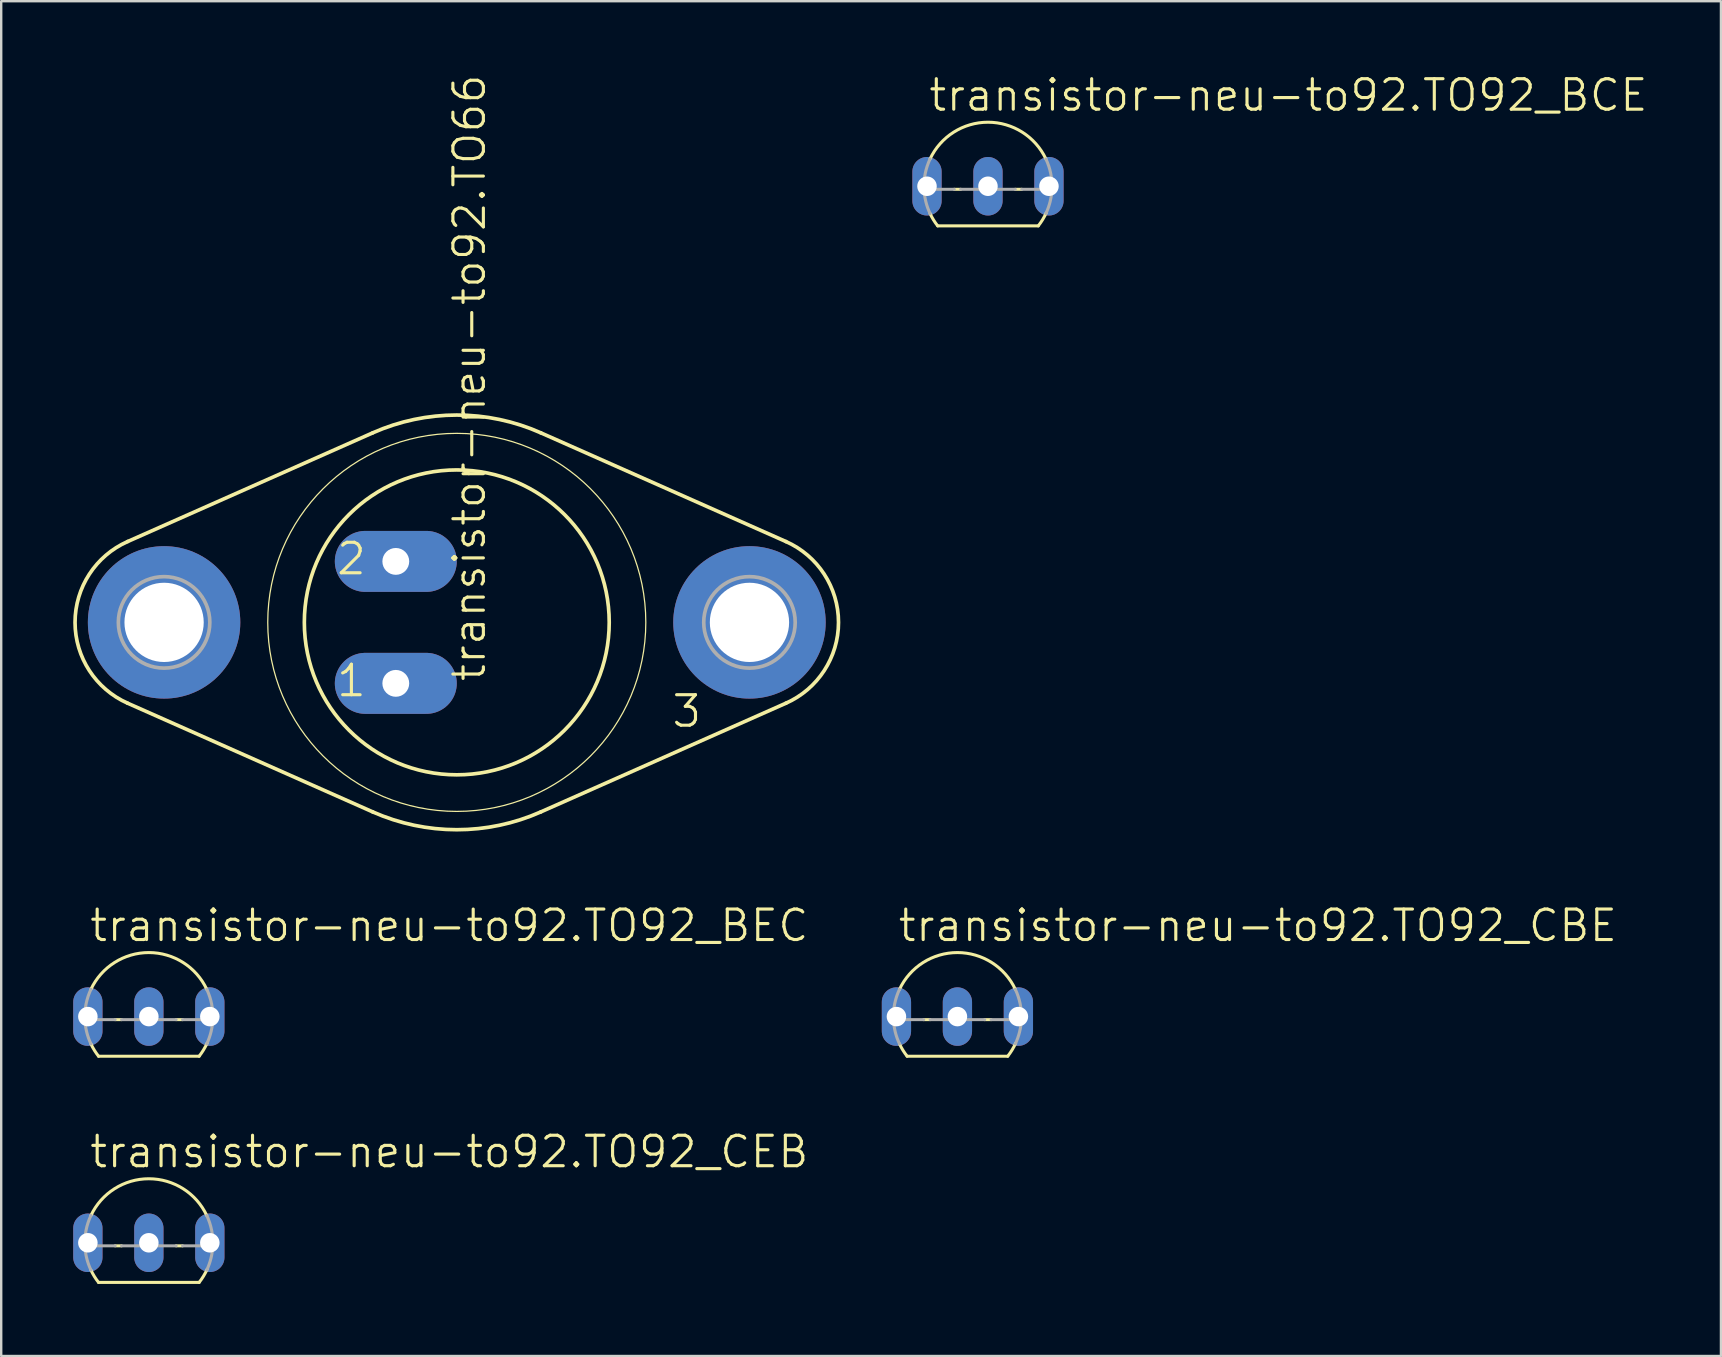
<source format=kicad_pcb>
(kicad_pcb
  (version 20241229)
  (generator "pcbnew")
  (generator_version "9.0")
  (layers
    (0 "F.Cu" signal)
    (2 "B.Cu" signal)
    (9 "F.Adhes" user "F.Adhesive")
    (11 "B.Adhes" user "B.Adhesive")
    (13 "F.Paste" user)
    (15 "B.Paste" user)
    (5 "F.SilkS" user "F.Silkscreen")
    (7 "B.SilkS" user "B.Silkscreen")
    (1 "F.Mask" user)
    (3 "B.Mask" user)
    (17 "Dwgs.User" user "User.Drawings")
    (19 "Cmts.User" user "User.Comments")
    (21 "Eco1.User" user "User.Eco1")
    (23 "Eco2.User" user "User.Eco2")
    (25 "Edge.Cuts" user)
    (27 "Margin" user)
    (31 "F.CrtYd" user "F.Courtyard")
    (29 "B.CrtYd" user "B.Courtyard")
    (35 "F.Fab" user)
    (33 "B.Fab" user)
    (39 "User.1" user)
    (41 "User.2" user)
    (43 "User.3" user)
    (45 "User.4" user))
  (footprint "transistor-neu-to92.TO92_BCE"
    (layer "F.Cu")
    (at 38.104 4.708)
    (property "Reference" "transistor-neu-to92.TO92_BCE" (at -2.54 -3.048 0) (layer "F.SilkS") (effects (font (size 1.27 1.27) (thickness 0.13)) (justify left bottom)))
    (attr through_hole)
    (fp_line (start -2.095 1.651) (end 2.095 1.651) (stroke (width 0.127) (type default)) (layer "F.SilkS"))
    (fp_line (start -1.136 0.127) (end -1.404 0.127) (stroke (width 0.127) (type default)) (layer "F.SilkS"))
    (fp_line (start 1.404 0.127) (end 1.136 0.127) (stroke (width 0.127) (type default)) (layer "F.SilkS"))
    (fp_arc (start -2.413 -1.1359) (mid 0 -2.66699) (end 2.413 -1.1359) (stroke (width 0.127) (type default)) (layer "F.SilkS"))
    (fp_arc (start -2.095 1.651) (mid -2.268918 1.40252) (end -2.4135 1.1359) (stroke (width 0.127) (type default)) (layer "F.SilkS"))
    (fp_arc (start 2.4247 1.1118) (mid 2.275878 1.391201) (end 2.095 1.651) (stroke (width 0.127) (type default)) (layer "F.SilkS"))
    (fp_line (start -1.404 0.127) (end -2.664 0.127) (stroke (width 0.127) (type default)) (layer "F.Fab"))
    (fp_line (start 1.136 0.127) (end -1.136 0.127) (stroke (width 0.127) (type default)) (layer "F.Fab"))
    (fp_line (start 2.664 0.127) (end 1.404 0.127) (stroke (width 0.127) (type default)) (layer "F.Fab"))
    (fp_arc (start -2.664 0.127) (mid -2.615858 -0.519825) (end -2.413 -1.1359) (stroke (width 0.127) (type default)) (layer "F.Fab"))
    (fp_arc (start -2.413 1.1359) (mid -2.588137 0.643799) (end -2.664 0.127) (stroke (width 0.127) (type default)) (layer "F.Fab"))
    (fp_arc (start 2.413 -1.1359) (mid 2.615858 -0.519825) (end 2.664 0.127) (stroke (width 0.127) (type default)) (layer "F.Fab"))
    (fp_arc (start 2.664 0.127) (mid 2.588137 0.643799) (end 2.413 1.1359) (stroke (width 0.127) (type default)) (layer "F.Fab"))
    (pad "B" thru_hole oval (at -2.54 0 90) (size 2.438 1.219) (drill 0.813) (layers "*.Cu" "*.Mask"))
    (pad "C" thru_hole oval (at 0 0 90) (size 2.438 1.219) (drill 0.813) (layers "*.Cu" "*.Mask"))
    (pad "E" thru_hole oval (at 2.54 0 90) (size 2.438 1.219) (drill 0.813) (layers "*.Cu" "*.Mask")))
  (footprint "transistor-neu-to92.TO92_BEC"
    (layer "F.Cu")
    (at 3.15 39.296)
    (property "Reference" "transistor-neu-to92.TO92_BEC" (at -2.54 -3.048 0) (layer "F.SilkS") (effects (font (size 1.27 1.27) (thickness 0.13)) (justify left bottom)))
    (attr through_hole)
    (fp_line (start -2.095 1.651) (end 2.095 1.651) (stroke (width 0.127) (type default)) (layer "F.SilkS"))
    (fp_line (start -1.136 0.127) (end -1.404 0.127) (stroke (width 0.127) (type default)) (layer "F.SilkS"))
    (fp_line (start 1.404 0.127) (end 1.136 0.127) (stroke (width 0.127) (type default)) (layer "F.SilkS"))
    (fp_arc (start -2.413 -1.1359) (mid 0 -2.66699) (end 2.413 -1.1359) (stroke (width 0.127) (type default)) (layer "F.SilkS"))
    (fp_arc (start -2.095 1.651) (mid -2.268918 1.40252) (end -2.4135 1.1359) (stroke (width 0.127) (type default)) (layer "F.SilkS"))
    (fp_arc (start 2.4247 1.1118) (mid 2.275878 1.391201) (end 2.095 1.651) (stroke (width 0.127) (type default)) (layer "F.SilkS"))
    (fp_line (start -1.404 0.127) (end -2.664 0.127) (stroke (width 0.127) (type default)) (layer "F.Fab"))
    (fp_line (start 1.136 0.127) (end -1.136 0.127) (stroke (width 0.127) (type default)) (layer "F.Fab"))
    (fp_line (start 2.664 0.127) (end 1.404 0.127) (stroke (width 0.127) (type default)) (layer "F.Fab"))
    (fp_arc (start -2.664 0.127) (mid -2.615858 -0.519825) (end -2.413 -1.1359) (stroke (width 0.127) (type default)) (layer "F.Fab"))
    (fp_arc (start -2.413 1.1359) (mid -2.588137 0.643799) (end -2.664 0.127) (stroke (width 0.127) (type default)) (layer "F.Fab"))
    (fp_arc (start 2.413 -1.1359) (mid 2.615858 -0.519825) (end 2.664 0.127) (stroke (width 0.127) (type default)) (layer "F.Fab"))
    (fp_arc (start 2.664 0.127) (mid 2.588137 0.643799) (end 2.413 1.1359) (stroke (width 0.127) (type default)) (layer "F.Fab"))
    (pad "B" thru_hole oval (at -2.54 0 90) (size 2.438 1.219) (drill 0.813) (layers "*.Cu" "*.Mask"))
    (pad "C" thru_hole oval (at 2.54 0 90) (size 2.438 1.219) (drill 0.813) (layers "*.Cu" "*.Mask"))
    (pad "E" thru_hole oval (at 0 0 90) (size 2.438 1.219) (drill 0.813) (layers "*.Cu" "*.Mask")))
  (footprint "transistor-neu-to92.TO66"
    (layer "F.Cu")
    (at 15.977 22.875)
    (property "Reference" "transistor-neu-to92.TO66" (at 1.27 2.54 90) (layer "F.SilkS") (effects (font (size 1.27 1.27) (thickness 0.13)) (justify left bottom)))
    (attr through_hole)
    (fp_line (start -3.501 -7.895) (end -13.711 -3.367) (stroke (width 0.152) (type default)) (layer "F.SilkS"))
    (fp_line (start -3.501 7.895) (end -13.711 3.367) (stroke (width 0.152) (type default)) (layer "F.SilkS"))
    (fp_line (start 3.501 -7.895) (end 13.711 -3.367) (stroke (width 0.152) (type default)) (layer "F.SilkS"))
    (fp_line (start 3.501 7.895) (end 13.711 3.367) (stroke (width 0.152) (type default)) (layer "F.SilkS"))
    (fp_arc (start -13.711 3.367) (mid -15.900927 0.0002) (end -13.711 -3.3666) (stroke (width 0.1524) (type default)) (layer "F.SilkS"))
    (fp_arc (start -3.501 -7.895) (mid 0.0001 -8.636519) (end 3.5012 -7.895) (stroke (width 0.1524) (type default)) (layer "F.SilkS"))
    (fp_arc (start 3.5012 7.895) (mid 0.0001 8.636519) (end -3.501 7.895) (stroke (width 0.1524) (type default)) (layer "F.SilkS"))
    (fp_arc (start 13.711 -3.3666) (mid 15.900927 0.0002) (end 13.711 3.367) (stroke (width 0.1524) (type default)) (layer "F.SilkS"))
    (fp_circle (center 0 0) (end 6.35 0) (stroke (width 0.152) (type default)) (fill no) (layer "F.SilkS"))
    (fp_circle (center 0 0) (end 7.874 0) (stroke (width 0.051) (type default)) (fill no) (layer "F.SilkS"))
    (fp_circle (center -12.192 0) (end -10.287 0) (stroke (width 0.152) (type default)) (fill no) (layer "F.Fab"))
    (fp_circle (center 12.192 0) (end 14.097 0) (stroke (width 0.152) (type default)) (fill no) (layer "F.Fab"))
    (fp_text user "1" (at -5.08 3.175 0) (layer "F.SilkS") (effects (font (size 1.27 1.27) (thickness 0.13)) (justify left bottom)))
    (fp_text user "3" (at 8.89 4.445 0) (layer "F.SilkS") (effects (font (size 1.27 1.27) (thickness 0.13)) (justify left bottom)))
    (fp_text user "2" (at -5.08 -1.905 0) (layer "F.SilkS") (effects (font (size 1.27 1.27) (thickness 0.13)) (justify left bottom)))
    (pad "1" thru_hole oval (at -2.54 2.54) (size 5.08 2.54) (drill 1.118) (layers "*.Cu" "*.Mask"))
    (pad "2" thru_hole oval (at -2.54 -2.54) (size 5.08 2.54) (drill 1.118) (layers "*.Cu" "*.Mask"))
    (pad "3" thru_hole circle (at 12.192 0) (size 6.35 6.35) (drill 3.302) (layers "*.Cu" "*.Mask"))
    (pad "TO66" thru_hole circle (at -12.192 0) (size 6.35 6.35) (drill 3.302) (layers "*.Cu" "*.Mask")))
  (footprint "transistor-neu-to92.TO92_CEB"
    (layer "F.Cu")
    (at 3.15 48.718)
    (property "Reference" "transistor-neu-to92.TO92_CEB" (at -2.54 -3.048 0) (layer "F.SilkS") (effects (font (size 1.27 1.27) (thickness 0.13)) (justify left bottom)))
    (attr through_hole)
    (fp_line (start -2.095 1.651) (end 2.095 1.651) (stroke (width 0.127) (type default)) (layer "F.SilkS"))
    (fp_line (start -1.136 0.127) (end -1.404 0.127) (stroke (width 0.127) (type default)) (layer "F.SilkS"))
    (fp_line (start 1.404 0.127) (end 1.136 0.127) (stroke (width 0.127) (type default)) (layer "F.SilkS"))
    (fp_arc (start -2.413 -1.1359) (mid 0 -2.66699) (end 2.413 -1.1359) (stroke (width 0.127) (type default)) (layer "F.SilkS"))
    (fp_arc (start -2.095 1.651) (mid -2.268918 1.40252) (end -2.4135 1.1359) (stroke (width 0.127) (type default)) (layer "F.SilkS"))
    (fp_arc (start 2.4247 1.1118) (mid 2.275878 1.391201) (end 2.095 1.651) (stroke (width 0.127) (type default)) (layer "F.SilkS"))
    (fp_line (start -1.404 0.127) (end -2.664 0.127) (stroke (width 0.127) (type default)) (layer "F.Fab"))
    (fp_line (start 1.136 0.127) (end -1.136 0.127) (stroke (width 0.127) (type default)) (layer "F.Fab"))
    (fp_line (start 2.664 0.127) (end 1.404 0.127) (stroke (width 0.127) (type default)) (layer "F.Fab"))
    (fp_arc (start -2.664 0.127) (mid -2.615858 -0.519825) (end -2.413 -1.1359) (stroke (width 0.127) (type default)) (layer "F.Fab"))
    (fp_arc (start -2.413 1.1359) (mid -2.588137 0.643799) (end -2.664 0.127) (stroke (width 0.127) (type default)) (layer "F.Fab"))
    (fp_arc (start 2.413 -1.1359) (mid 2.615858 -0.519825) (end 2.664 0.127) (stroke (width 0.127) (type default)) (layer "F.Fab"))
    (fp_arc (start 2.664 0.127) (mid 2.588137 0.643799) (end 2.413 1.1359) (stroke (width 0.127) (type default)) (layer "F.Fab"))
    (pad "B" thru_hole oval (at 2.54 0 90) (size 2.438 1.219) (drill 0.813) (layers "*.Cu" "*.Mask"))
    (pad "C" thru_hole oval (at -2.54 0 90) (size 2.438 1.219) (drill 0.813) (layers "*.Cu" "*.Mask"))
    (pad "E" thru_hole oval (at 0 0 90) (size 2.438 1.219) (drill 0.813) (layers "*.Cu" "*.Mask")))
  (footprint "transistor-neu-to92.TO92_CBE"
    (layer "F.Cu")
    (at 36.831 39.296)
    (property "Reference" "transistor-neu-to92.TO92_CBE" (at -2.54 -3.048 0) (layer "F.SilkS") (effects (font (size 1.27 1.27) (thickness 0.13)) (justify left bottom)))
    (attr through_hole)
    (fp_line (start -2.095 1.651) (end 2.095 1.651) (stroke (width 0.127) (type default)) (layer "F.SilkS"))
    (fp_line (start -1.136 0.127) (end -1.404 0.127) (stroke (width 0.127) (type default)) (layer "F.SilkS"))
    (fp_line (start 1.404 0.127) (end 1.136 0.127) (stroke (width 0.127) (type default)) (layer "F.SilkS"))
    (fp_arc (start -2.413 -1.1359) (mid 0 -2.66699) (end 2.413 -1.1359) (stroke (width 0.127) (type default)) (layer "F.SilkS"))
    (fp_arc (start -2.095 1.651) (mid -2.268918 1.40252) (end -2.4135 1.1359) (stroke (width 0.127) (type default)) (layer "F.SilkS"))
    (fp_arc (start 2.4247 1.1118) (mid 2.275878 1.391201) (end 2.095 1.651) (stroke (width 0.127) (type default)) (layer "F.SilkS"))
    (fp_line (start -1.404 0.127) (end -2.664 0.127) (stroke (width 0.127) (type default)) (layer "F.Fab"))
    (fp_line (start 1.136 0.127) (end -1.136 0.127) (stroke (width 0.127) (type default)) (layer "F.Fab"))
    (fp_line (start 2.664 0.127) (end 1.404 0.127) (stroke (width 0.127) (type default)) (layer "F.Fab"))
    (fp_arc (start -2.664 0.127) (mid -2.615858 -0.519825) (end -2.413 -1.1359) (stroke (width 0.127) (type default)) (layer "F.Fab"))
    (fp_arc (start -2.413 1.1359) (mid -2.588137 0.643799) (end -2.664 0.127) (stroke (width 0.127) (type default)) (layer "F.Fab"))
    (fp_arc (start 2.413 -1.1359) (mid 2.615858 -0.519825) (end 2.664 0.127) (stroke (width 0.127) (type default)) (layer "F.Fab"))
    (fp_arc (start 2.664 0.127) (mid 2.588137 0.643799) (end 2.413 1.1359) (stroke (width 0.127) (type default)) (layer "F.Fab"))
    (pad "B" thru_hole oval (at 0 0 90) (size 2.438 1.219) (drill 0.813) (layers "*.Cu" "*.Mask"))
    (pad "C" thru_hole oval (at -2.54 0 90) (size 2.438 1.219) (drill 0.813) (layers "*.Cu" "*.Mask"))
    (pad "E" thru_hole oval (at 2.54 0 90) (size 2.438 1.219) (drill 0.813) (layers "*.Cu" "*.Mask")))
  (gr_rect
    (start -3 -3)
    (end 68.636 53.433)
    (stroke (width 0.1) (type default))
    (fill no)
    (layer "Edge.Cuts")))
</source>
